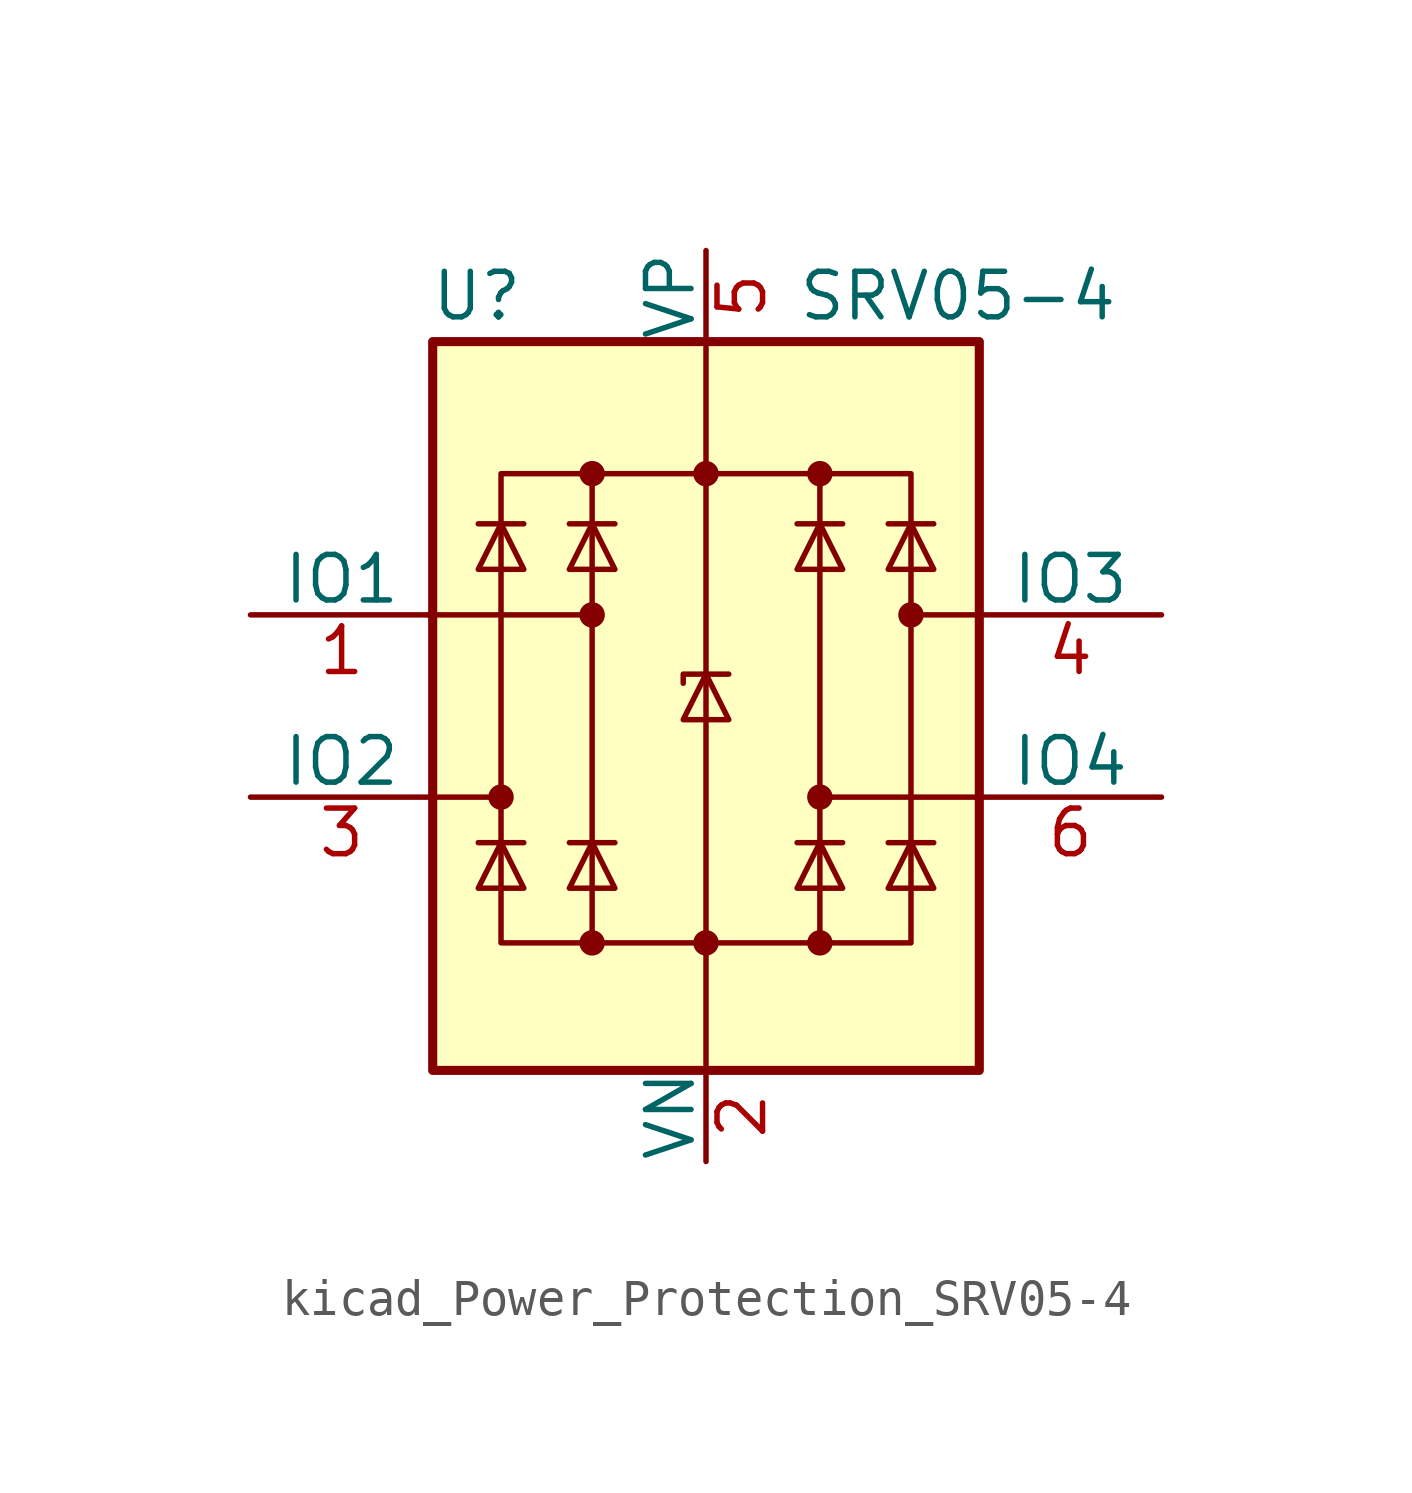
<source format=kicad_sym>
(kicad_symbol_lib
  (version 20220914)
  (generator kicad_symbol_editor)
  (symbol "kicad_Power_Protection_SRV05-4"
    (pin_names
      (offset 0))
    (property "Reference" "U"
      (at -5.08 11.43 0)
      (effects (font (size 1.27 1.27)) (justify right)))
    (property "Value" "SRV05-4"
      (at 2.54 11.43 0)
      (effects (font (size 1.27 1.27)) (justify left)))
    (symbol "kicad_Power_Protection_SRV05-4_0_0"
      (rectangle (start -5.715 6.477) (end 5.715 -6.604) (stroke (width 0) (type default)) (fill (type none)))
      (polyline (pts (xy -3.175 -6.604) (xy -3.175 6.477)) (stroke (width 0) (type default)) (fill (type none)))
      (polyline (pts (xy 3.175 6.477) (xy 3.175 -6.604)) (stroke (width 0) (type default)) (fill (type none))))
    (symbol "kicad_Power_Protection_SRV05-4_0_1"
      (rectangle (start -7.62 10.16) (end 7.62 -10.16) (stroke (width 0.254) (type default)) (fill (type background)))
      (circle (center -5.715 -2.54) (radius 0.279) (stroke (width 0) (type default)) (fill (type outline)))
      (circle (center -3.175 -6.604) (radius 0.279) (stroke (width 0) (type default)) (fill (type outline)))
      (circle (center -3.175 2.54) (radius 0.279) (stroke (width 0) (type default)) (fill (type outline)))
      (circle (center -3.175 6.477) (radius 0.279) (stroke (width 0) (type default)) (fill (type outline)))
      (circle (center 0 -6.604) (radius 0.279) (stroke (width 0) (type default)) (fill (type outline)))
      (polyline (pts (xy -7.747 2.54) (xy -3.175 2.54)) (stroke (width 0) (type default)) (fill (type none)))
      (polyline (pts (xy -7.62 -2.54) (xy -5.715 -2.54)) (stroke (width 0) (type default)) (fill (type none)))
      (polyline (pts (xy -5.08 -3.81) (xy -6.35 -3.81)) (stroke (width 0) (type default)) (fill (type none)))
      (polyline (pts (xy -5.08 5.08) (xy -6.35 5.08)) (stroke (width 0) (type default)) (fill (type none)))
      (polyline (pts (xy -2.54 -3.81) (xy -3.81 -3.81)) (stroke (width 0) (type default)) (fill (type none)))
      (polyline (pts (xy -2.54 5.08) (xy -3.81 5.08)) (stroke (width 0) (type default)) (fill (type none)))
      (polyline (pts (xy 0 10.16) (xy 0 -10.16)) (stroke (width 0) (type default)) (fill (type none)))
      (polyline (pts (xy 3.81 -3.81) (xy 2.54 -3.81)) (stroke (width 0) (type default)) (fill (type none)))
      (polyline (pts (xy 3.81 5.08) (xy 2.54 5.08)) (stroke (width 0) (type default)) (fill (type none)))
      (polyline (pts (xy 6.35 -3.81) (xy 5.08 -3.81)) (stroke (width 0) (type default)) (fill (type none)))
      (polyline (pts (xy 6.35 5.08) (xy 5.08 5.08)) (stroke (width 0) (type default)) (fill (type none)))
      (polyline (pts (xy 7.62 -2.54) (xy 3.175 -2.54)) (stroke (width 0) (type default)) (fill (type none)))
      (polyline (pts (xy 7.62 2.54) (xy 5.715 2.54)) (stroke (width 0) (type default)) (fill (type none)))
      (polyline (pts (xy 0.635 0.889) (xy -0.635 0.889) (xy -0.635 0.635)) (stroke (width 0) (type default)) (fill (type none)))
      (polyline (pts (xy -5.08 -5.08) (xy -6.35 -5.08) (xy -5.715 -3.81) (xy -5.08 -5.08)) (stroke (width 0) (type default)) (fill (type none)))
      (polyline (pts (xy -5.08 3.81) (xy -6.35 3.81) (xy -5.715 5.08) (xy -5.08 3.81)) (stroke (width 0) (type default)) (fill (type none)))
      (polyline (pts (xy -2.54 -5.08) (xy -3.81 -5.08) (xy -3.175 -3.81) (xy -2.54 -5.08)) (stroke (width 0) (type default)) (fill (type none)))
      (polyline (pts (xy -2.54 3.81) (xy -3.81 3.81) (xy -3.175 5.08) (xy -2.54 3.81)) (stroke (width 0) (type default)) (fill (type none)))
      (polyline (pts (xy 0.635 -0.381) (xy -0.635 -0.381) (xy 0 0.889) (xy 0.635 -0.381)) (stroke (width 0) (type default)) (fill (type none)))
      (polyline (pts (xy 3.81 -5.08) (xy 2.54 -5.08) (xy 3.175 -3.81) (xy 3.81 -5.08)) (stroke (width 0) (type default)) (fill (type none)))
      (polyline (pts (xy 3.81 3.81) (xy 2.54 3.81) (xy 3.175 5.08) (xy 3.81 3.81)) (stroke (width 0) (type default)) (fill (type none)))
      (polyline (pts (xy 6.35 -5.08) (xy 5.08 -5.08) (xy 5.715 -3.81) (xy 6.35 -5.08)) (stroke (width 0) (type default)) (fill (type none)))
      (polyline (pts (xy 6.35 3.81) (xy 5.08 3.81) (xy 5.715 5.08) (xy 6.35 3.81)) (stroke (width 0) (type default)) (fill (type none)))
      (circle (center 0 6.477) (radius 0.279) (stroke (width 0) (type default)) (fill (type outline)))
      (circle (center 3.175 -6.604) (radius 0.279) (stroke (width 0) (type default)) (fill (type outline)))
      (circle (center 3.175 -2.54) (radius 0.279) (stroke (width 0) (type default)) (fill (type outline)))
      (circle (center 3.175 6.477) (radius 0.279) (stroke (width 0) (type default)) (fill (type outline)))
      (circle (center 5.715 2.54) (radius 0.279) (stroke (width 0) (type default)) (fill (type outline))))
    (symbol "kicad_Power_Protection_SRV05-4_1_1"
      (pin passive line (at -12.7 2.54 0) (length 5.08) (name "IO1" (effects (font (size 1.27 1.27)))) (number "1" (effects (font (size 1.27 1.27)))))
      (pin passive line (at 0 -12.7 90) (length 2.54) (name "VN" (effects (font (size 1.27 1.27)))) (number "2" (effects (font (size 1.27 1.27)))))
      (pin passive line (at -12.7 -2.54 0) (length 5.08) (name "IO2" (effects (font (size 1.27 1.27)))) (number "3" (effects (font (size 1.27 1.27)))))
      (pin passive line (at 12.7 2.54 180) (length 5.08) (name "IO3" (effects (font (size 1.27 1.27)))) (number "4" (effects (font (size 1.27 1.27)))))
      (pin passive line (at 0 12.7 270) (length 2.54) (name "VP" (effects (font (size 1.27 1.27)))) (number "5" (effects (font (size 1.27 1.27)))))
      (pin passive line (at 12.7 -2.54 180) (length 5.08) (name "IO4" (effects (font (size 1.27 1.27)))) (number "6" (effects (font (size 1.27 1.27))))))))
</source>
